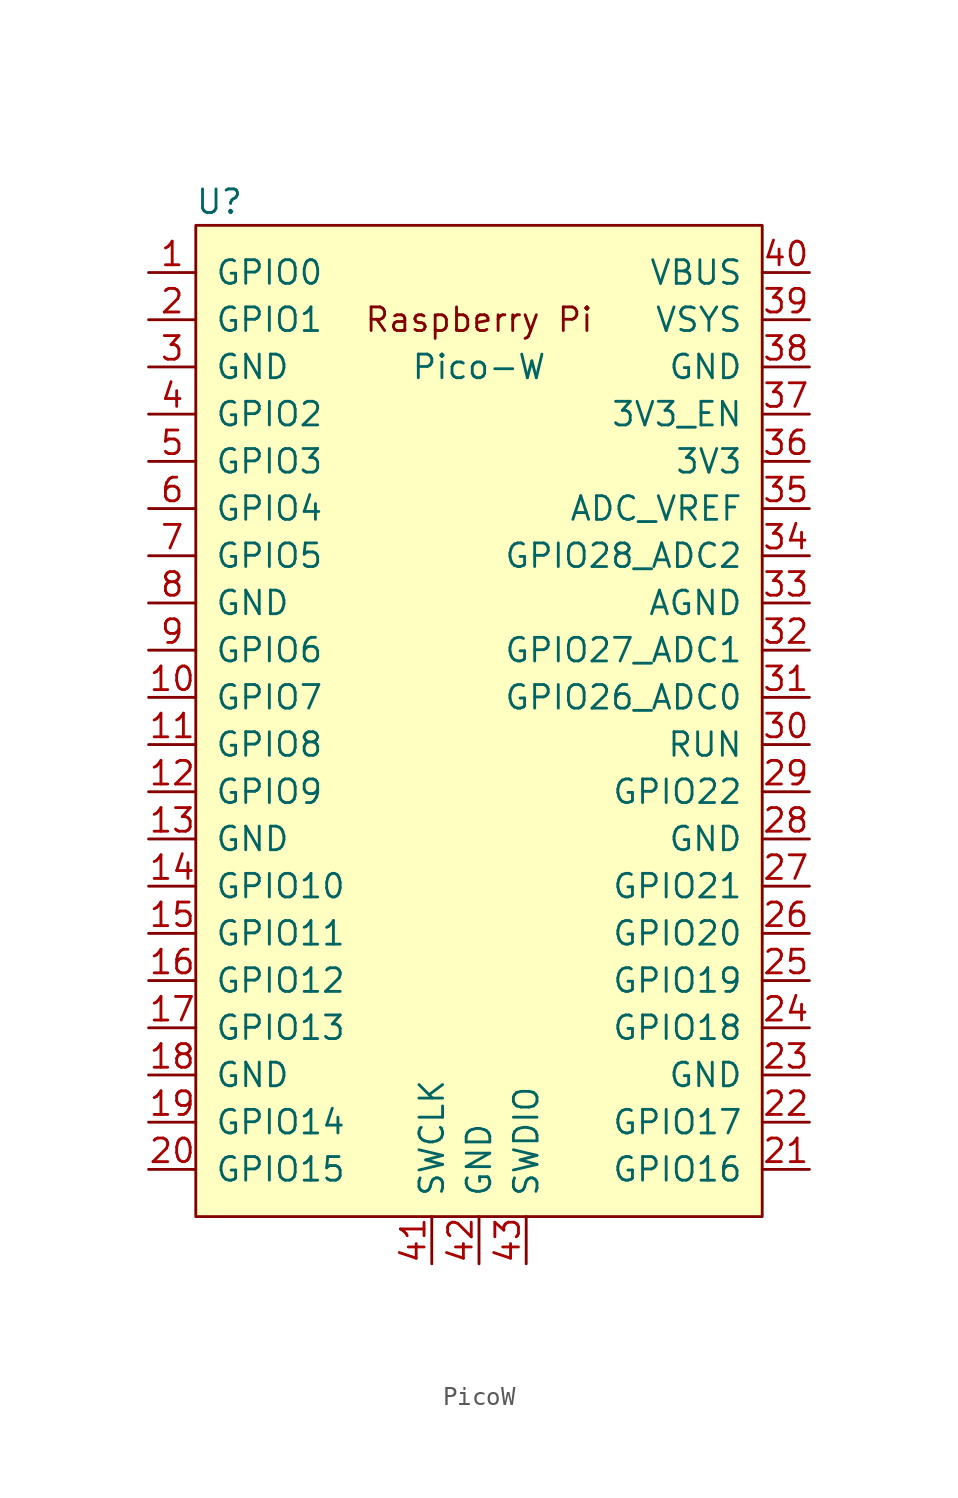
<source format=kicad_sym>
(kicad_symbol_lib
  (version 20231120)
  (generator "kicad_symbol_editor")
  (generator_version "8.0")
  (symbol "PicoW"
    (pin_names
      (offset 1.016))
    (property "Reference" "U"
      (at -13.97 27.94 0)
      (effects (font (size 1.27 1.27))))
    (property "Value" "Pico-W"
      (at 0 19.05 0)
      (effects (font (size 1.27 1.27))))
    (symbol "PicoW_0_0"
      (text "Raspberry Pi" (at 0 21.59 0) (effects (font (size 1.27 1.27)))))
    (symbol "PicoW_0_1"
      (rectangle (start -15.24 26.67) (end 15.24 -26.67) (stroke (width 0) (type default)) (fill (type background))))
    (symbol "PicoW_1_1"
      (pin bidirectional line (at -17.78 24.13 0) (length 2.54) (name "GPIO0" (effects (font (size 1.27 1.27)))) (number "1" (effects (font (size 1.27 1.27)))))
      (pin bidirectional line (at -17.78 1.27 0) (length 2.54) (name "GPIO7" (effects (font (size 1.27 1.27)))) (number "10" (effects (font (size 1.27 1.27)))))
      (pin bidirectional line (at -17.78 -1.27 0) (length 2.54) (name "GPIO8" (effects (font (size 1.27 1.27)))) (number "11" (effects (font (size 1.27 1.27)))))
      (pin bidirectional line (at -17.78 -3.81 0) (length 2.54) (name "GPIO9" (effects (font (size 1.27 1.27)))) (number "12" (effects (font (size 1.27 1.27)))))
      (pin power_in line (at -17.78 -6.35 0) (length 2.54) (name "GND" (effects (font (size 1.27 1.27)))) (number "13" (effects (font (size 1.27 1.27)))))
      (pin bidirectional line (at -17.78 -8.89 0) (length 2.54) (name "GPIO10" (effects (font (size 1.27 1.27)))) (number "14" (effects (font (size 1.27 1.27)))))
      (pin bidirectional line (at -17.78 -11.43 0) (length 2.54) (name "GPIO11" (effects (font (size 1.27 1.27)))) (number "15" (effects (font (size 1.27 1.27)))))
      (pin bidirectional line (at -17.78 -13.97 0) (length 2.54) (name "GPIO12" (effects (font (size 1.27 1.27)))) (number "16" (effects (font (size 1.27 1.27)))))
      (pin bidirectional line (at -17.78 -16.51 0) (length 2.54) (name "GPIO13" (effects (font (size 1.27 1.27)))) (number "17" (effects (font (size 1.27 1.27)))))
      (pin power_in line (at -17.78 -19.05 0) (length 2.54) (name "GND" (effects (font (size 1.27 1.27)))) (number "18" (effects (font (size 1.27 1.27)))))
      (pin bidirectional line (at -17.78 -21.59 0) (length 2.54) (name "GPIO14" (effects (font (size 1.27 1.27)))) (number "19" (effects (font (size 1.27 1.27)))))
      (pin bidirectional line (at -17.78 21.59 0) (length 2.54) (name "GPIO1" (effects (font (size 1.27 1.27)))) (number "2" (effects (font (size 1.27 1.27)))))
      (pin bidirectional line (at -17.78 -24.13 0) (length 2.54) (name "GPIO15" (effects (font (size 1.27 1.27)))) (number "20" (effects (font (size 1.27 1.27)))))
      (pin bidirectional line (at 17.78 -24.13 180) (length 2.54) (name "GPIO16" (effects (font (size 1.27 1.27)))) (number "21" (effects (font (size 1.27 1.27)))))
      (pin bidirectional line (at 17.78 -21.59 180) (length 2.54) (name "GPIO17" (effects (font (size 1.27 1.27)))) (number "22" (effects (font (size 1.27 1.27)))))
      (pin power_in line (at 17.78 -19.05 180) (length 2.54) (name "GND" (effects (font (size 1.27 1.27)))) (number "23" (effects (font (size 1.27 1.27)))))
      (pin bidirectional line (at 17.78 -16.51 180) (length 2.54) (name "GPIO18" (effects (font (size 1.27 1.27)))) (number "24" (effects (font (size 1.27 1.27)))))
      (pin bidirectional line (at 17.78 -13.97 180) (length 2.54) (name "GPIO19" (effects (font (size 1.27 1.27)))) (number "25" (effects (font (size 1.27 1.27)))))
      (pin bidirectional line (at 17.78 -11.43 180) (length 2.54) (name "GPIO20" (effects (font (size 1.27 1.27)))) (number "26" (effects (font (size 1.27 1.27)))))
      (pin bidirectional line (at 17.78 -8.89 180) (length 2.54) (name "GPIO21" (effects (font (size 1.27 1.27)))) (number "27" (effects (font (size 1.27 1.27)))))
      (pin power_in line (at 17.78 -6.35 180) (length 2.54) (name "GND" (effects (font (size 1.27 1.27)))) (number "28" (effects (font (size 1.27 1.27)))))
      (pin bidirectional line (at 17.78 -3.81 180) (length 2.54) (name "GPIO22" (effects (font (size 1.27 1.27)))) (number "29" (effects (font (size 1.27 1.27)))))
      (pin power_in line (at -17.78 19.05 0) (length 2.54) (name "GND" (effects (font (size 1.27 1.27)))) (number "3" (effects (font (size 1.27 1.27)))))
      (pin input line (at 17.78 -1.27 180) (length 2.54) (name "RUN" (effects (font (size 1.27 1.27)))) (number "30" (effects (font (size 1.27 1.27)))))
      (pin bidirectional line (at 17.78 1.27 180) (length 2.54) (name "GPIO26_ADC0" (effects (font (size 1.27 1.27)))) (number "31" (effects (font (size 1.27 1.27)))))
      (pin bidirectional line (at 17.78 3.81 180) (length 2.54) (name "GPIO27_ADC1" (effects (font (size 1.27 1.27)))) (number "32" (effects (font (size 1.27 1.27)))))
      (pin power_in line (at 17.78 6.35 180) (length 2.54) (name "AGND" (effects (font (size 1.27 1.27)))) (number "33" (effects (font (size 1.27 1.27)))))
      (pin bidirectional line (at 17.78 8.89 180) (length 2.54) (name "GPIO28_ADC2" (effects (font (size 1.27 1.27)))) (number "34" (effects (font (size 1.27 1.27)))))
      (pin bidirectional line (at 17.78 11.43 180) (length 2.54) (name "ADC_VREF" (effects (font (size 1.27 1.27)))) (number "35" (effects (font (size 1.27 1.27)))))
      (pin power_out line (at 17.78 13.97 180) (length 2.54) (name "3V3" (effects (font (size 1.27 1.27)))) (number "36" (effects (font (size 1.27 1.27)))))
      (pin input line (at 17.78 16.51 180) (length 2.54) (name "3V3_EN" (effects (font (size 1.27 1.27)))) (number "37" (effects (font (size 1.27 1.27)))))
      (pin power_in line (at 17.78 19.05 180) (length 2.54) (name "GND" (effects (font (size 1.27 1.27)))) (number "38" (effects (font (size 1.27 1.27)))))
      (pin power_in line (at 17.78 21.59 180) (length 2.54) (name "VSYS" (effects (font (size 1.27 1.27)))) (number "39" (effects (font (size 1.27 1.27)))))
      (pin bidirectional line (at -17.78 16.51 0) (length 2.54) (name "GPIO2" (effects (font (size 1.27 1.27)))) (number "4" (effects (font (size 1.27 1.27)))))
      (pin bidirectional line (at 17.78 24.13 180) (length 2.54) (name "VBUS" (effects (font (size 1.27 1.27)))) (number "40" (effects (font (size 1.27 1.27)))))
      (pin input line (at -2.54 -29.21 90) (length 2.54) (name "SWCLK" (effects (font (size 1.27 1.27)))) (number "41" (effects (font (size 1.27 1.27)))))
      (pin power_in line (at 0 -29.21 90) (length 2.54) (name "GND" (effects (font (size 1.27 1.27)))) (number "42" (effects (font (size 1.27 1.27)))))
      (pin bidirectional line (at 2.54 -29.21 90) (length 2.54) (name "SWDIO" (effects (font (size 1.27 1.27)))) (number "43" (effects (font (size 1.27 1.27)))))
      (pin bidirectional line (at -17.78 13.97 0) (length 2.54) (name "GPIO3" (effects (font (size 1.27 1.27)))) (number "5" (effects (font (size 1.27 1.27)))))
      (pin bidirectional line (at -17.78 11.43 0) (length 2.54) (name "GPIO4" (effects (font (size 1.27 1.27)))) (number "6" (effects (font (size 1.27 1.27)))))
      (pin bidirectional line (at -17.78 8.89 0) (length 2.54) (name "GPIO5" (effects (font (size 1.27 1.27)))) (number "7" (effects (font (size 1.27 1.27)))))
      (pin power_in line (at -17.78 6.35 0) (length 2.54) (name "GND" (effects (font (size 1.27 1.27)))) (number "8" (effects (font (size 1.27 1.27)))))
      (pin bidirectional line (at -17.78 3.81 0) (length 2.54) (name "GPIO6" (effects (font (size 1.27 1.27)))) (number "9" (effects (font (size 1.27 1.27))))))))
</source>
